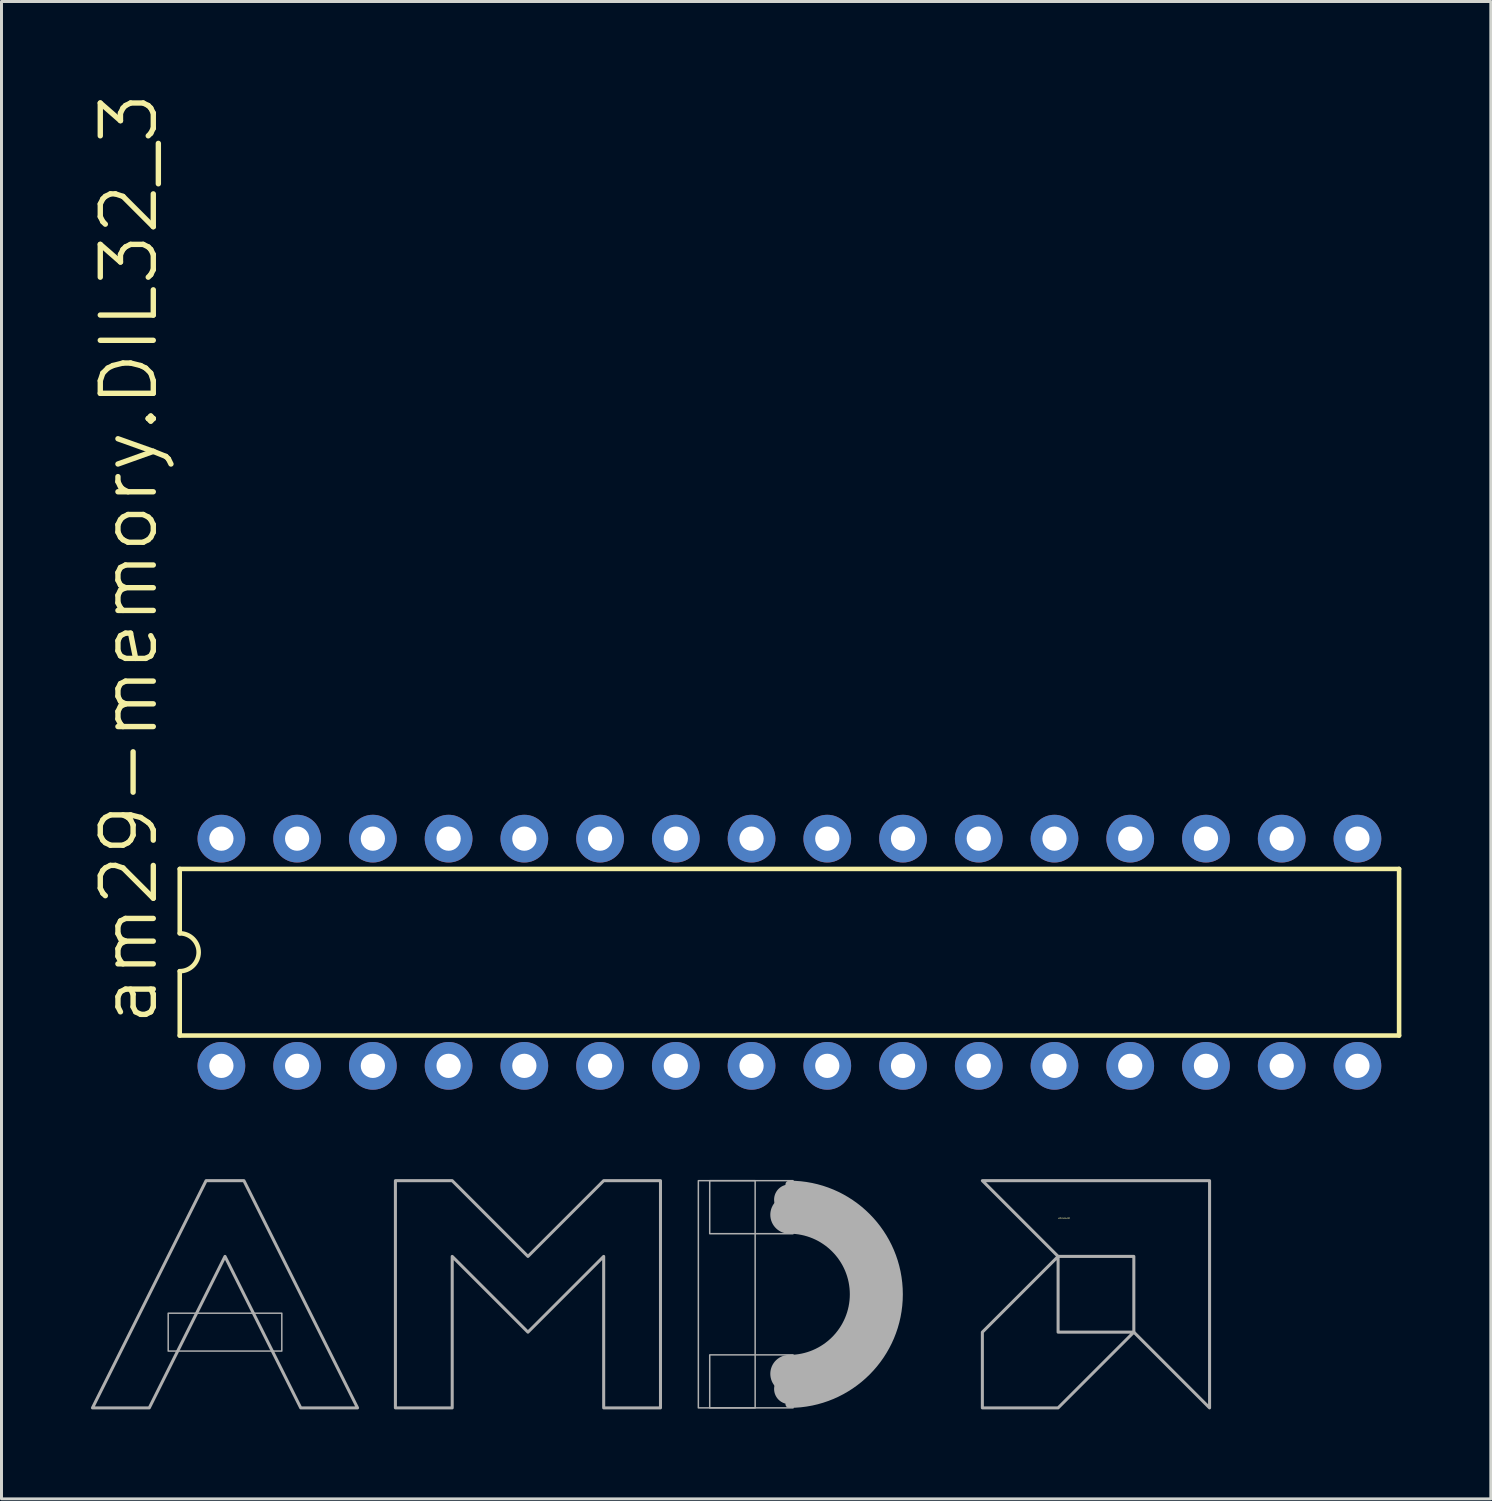
<source format=kicad_pcb>
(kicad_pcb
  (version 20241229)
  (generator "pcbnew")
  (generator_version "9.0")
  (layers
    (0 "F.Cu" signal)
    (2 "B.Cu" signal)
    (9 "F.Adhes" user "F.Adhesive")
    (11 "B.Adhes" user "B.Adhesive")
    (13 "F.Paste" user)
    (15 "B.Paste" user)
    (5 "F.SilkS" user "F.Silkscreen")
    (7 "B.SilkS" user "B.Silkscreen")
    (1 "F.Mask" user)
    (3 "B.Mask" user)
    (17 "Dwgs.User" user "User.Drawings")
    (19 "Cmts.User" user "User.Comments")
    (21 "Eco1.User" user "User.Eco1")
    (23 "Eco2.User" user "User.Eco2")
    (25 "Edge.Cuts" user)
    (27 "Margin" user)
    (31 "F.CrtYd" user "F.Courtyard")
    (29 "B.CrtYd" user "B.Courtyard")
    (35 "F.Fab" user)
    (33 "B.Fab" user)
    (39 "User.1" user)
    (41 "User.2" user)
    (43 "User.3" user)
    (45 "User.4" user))
  (footprint "am29-memory.DIL32_3"
    (layer "F.Cu")
    (at 23.425 28.886)
    (property "Reference" "am29-memory.DIL32_3" (at -21.107 2.54 90) (layer "F.SilkS") (effects (font (size 1.778 1.778) (thickness 0.18)) (justify left bottom)))
    (attr through_hole)
    (fp_line (start -20.447 -2.794) (end -20.447 -0.635) (stroke (width 0.152) (type default)) (layer "F.SilkS"))
    (fp_line (start -20.447 -2.794) (end 20.447 -2.794) (stroke (width 0.152) (type default)) (layer "F.SilkS"))
    (fp_line (start -20.447 0.635) (end -20.447 2.794) (stroke (width 0.152) (type default)) (layer "F.SilkS"))
    (fp_line (start -20.447 2.794) (end 20.447 2.794) (stroke (width 0.152) (type default)) (layer "F.SilkS"))
    (fp_line (start 20.447 -2.794) (end 20.447 2.794) (stroke (width 0.152) (type default)) (layer "F.SilkS"))
    (fp_arc (start -20.447 -0.635) (mid -19.812 0) (end -20.447 0.635) (stroke (width 0.1524) (type default)) (layer "F.SilkS"))
    (pad "1" thru_hole circle (at -19.05 3.81) (size 1.6 1.6) (drill 0.813) (layers "*.Cu" "*.Mask"))
    (pad "2" thru_hole circle (at -16.51 3.81) (size 1.6 1.6) (drill 0.813) (layers "*.Cu" "*.Mask"))
    (pad "3" thru_hole circle (at -13.97 3.81) (size 1.6 1.6) (drill 0.813) (layers "*.Cu" "*.Mask"))
    (pad "4" thru_hole circle (at -11.43 3.81) (size 1.6 1.6) (drill 0.813) (layers "*.Cu" "*.Mask"))
    (pad "5" thru_hole circle (at -8.89 3.81) (size 1.6 1.6) (drill 0.813) (layers "*.Cu" "*.Mask"))
    (pad "6" thru_hole circle (at -6.35 3.81) (size 1.6 1.6) (drill 0.813) (layers "*.Cu" "*.Mask"))
    (pad "7" thru_hole circle (at -3.81 3.81) (size 1.6 1.6) (drill 0.813) (layers "*.Cu" "*.Mask"))
    (pad "8" thru_hole circle (at -1.27 3.81) (size 1.6 1.6) (drill 0.813) (layers "*.Cu" "*.Mask"))
    (pad "9" thru_hole circle (at 1.27 3.81) (size 1.6 1.6) (drill 0.813) (layers "*.Cu" "*.Mask"))
    (pad "10" thru_hole circle (at 3.81 3.81) (size 1.6 1.6) (drill 0.813) (layers "*.Cu" "*.Mask"))
    (pad "11" thru_hole circle (at 6.35 3.81) (size 1.6 1.6) (drill 0.813) (layers "*.Cu" "*.Mask"))
    (pad "12" thru_hole circle (at 8.89 3.81) (size 1.6 1.6) (drill 0.813) (layers "*.Cu" "*.Mask"))
    (pad "13" thru_hole circle (at 11.43 3.81) (size 1.6 1.6) (drill 0.813) (layers "*.Cu" "*.Mask"))
    (pad "14" thru_hole circle (at 13.97 3.81) (size 1.6 1.6) (drill 0.813) (layers "*.Cu" "*.Mask"))
    (pad "15" thru_hole circle (at 16.51 3.81) (size 1.6 1.6) (drill 0.813) (layers "*.Cu" "*.Mask"))
    (pad "16" thru_hole circle (at 19.05 3.81) (size 1.6 1.6) (drill 0.813) (layers "*.Cu" "*.Mask"))
    (pad "17" thru_hole circle (at 19.05 -3.81) (size 1.6 1.6) (drill 0.813) (layers "*.Cu" "*.Mask"))
    (pad "18" thru_hole circle (at 16.51 -3.81) (size 1.6 1.6) (drill 0.813) (layers "*.Cu" "*.Mask"))
    (pad "19" thru_hole circle (at 13.97 -3.81) (size 1.6 1.6) (drill 0.813) (layers "*.Cu" "*.Mask"))
    (pad "20" thru_hole circle (at 11.43 -3.81) (size 1.6 1.6) (drill 0.813) (layers "*.Cu" "*.Mask"))
    (pad "21" thru_hole circle (at 8.89 -3.81) (size 1.6 1.6) (drill 0.813) (layers "*.Cu" "*.Mask"))
    (pad "22" thru_hole circle (at 6.35 -3.81) (size 1.6 1.6) (drill 0.813) (layers "*.Cu" "*.Mask"))
    (pad "23" thru_hole circle (at 3.81 -3.81) (size 1.6 1.6) (drill 0.813) (layers "*.Cu" "*.Mask"))
    (pad "24" thru_hole circle (at 1.27 -3.81) (size 1.6 1.6) (drill 0.813) (layers "*.Cu" "*.Mask"))
    (pad "25" thru_hole circle (at -1.27 -3.81) (size 1.6 1.6) (drill 0.813) (layers "*.Cu" "*.Mask"))
    (pad "26" thru_hole circle (at -3.81 -3.81) (size 1.6 1.6) (drill 0.813) (layers "*.Cu" "*.Mask"))
    (pad "27" thru_hole circle (at -6.35 -3.81) (size 1.6 1.6) (drill 0.813) (layers "*.Cu" "*.Mask"))
    (pad "28" thru_hole circle (at -8.89 -3.81) (size 1.6 1.6) (drill 0.813) (layers "*.Cu" "*.Mask"))
    (pad "29" thru_hole circle (at -11.43 -3.81) (size 1.6 1.6) (drill 0.813) (layers "*.Cu" "*.Mask"))
    (pad "30" thru_hole circle (at -13.97 -3.81) (size 1.6 1.6) (drill 0.813) (layers "*.Cu" "*.Mask"))
    (pad "31" thru_hole circle (at -16.51 -3.81) (size 1.6 1.6) (drill 0.813) (layers "*.Cu" "*.Mask"))
    (pad "32" thru_hole circle (at -19.05 -3.81) (size 1.6 1.6) (drill 0.813) (layers "*.Cu" "*.Mask")))
  (footprint "am29-memory.LOGO"
    (layer "F.Cu")
    (at 33.706 40.357)
    (property "Reference" "am29-memory.LOGO" (at -1.27 -2.54 0) (layer "F.SilkS") (effects (font (size 0.025 0.025)) (justify left bottom)))
    (fp_rect (start -31.115 1.905) (end -27.305 0.635) (stroke (width 0.05) (type default)) (fill no) (layer "F.Fab"))
    (fp_rect (start -13.335 3.81) (end -11.43 -3.81) (stroke (width 0.05) (type default)) (fill no) (layer "F.Fab"))
    (fp_rect (start -12.954 -2.032) (end -10.16 -3.81) (stroke (width 0.05) (type default)) (fill no) (layer "F.Fab"))
    (fp_rect (start -12.954 3.81) (end -10.16 2.032) (stroke (width 0.05) (type default)) (fill no) (layer "F.Fab"))
    (fp_arc (start -10.287 -3.683) (mid -6.604 0) (end -10.287 3.683) (stroke (width 0.254) (type default)) (layer "F.Fab"))
    (fp_arc (start -10.287 -3.175) (mid -7.112 0) (end -10.287 3.175) (stroke (width 1.016) (type default)) (layer "F.Fab"))
    (fp_arc (start -10.287 -2.667) (mid -7.62 0) (end -10.287 2.667) (stroke (width 1.27) (type default)) (layer "F.Fab"))
    (fp_poly (pts (xy -3.81 -3.81) (xy 3.81 -3.81) (xy 3.81 3.81) (xy 1.27 1.27) (xy 1.27 -1.27) (xy -1.27 -1.27)) (stroke (width 0.102) (type default)) (fill no) (layer "F.Fab"))
    (fp_poly (pts (xy -1.27 -1.27) (xy -3.81 1.27) (xy -3.81 3.81) (xy -1.27 3.81) (xy 1.27 1.27) (xy -1.27 1.27)) (stroke (width 0.102) (type default)) (fill no) (layer "F.Fab"))
    (fp_poly (pts (xy -33.655 3.81) (xy -29.845 -3.81) (xy -28.575 -3.81) (xy -24.765 3.81) (xy -26.67 3.81) (xy -29.21 -1.27) (xy -31.75 3.81)) (stroke (width 0.102) (type default)) (fill no) (layer "F.Fab"))
    (fp_poly (pts (xy -23.495 3.81) (xy -23.495 -3.81) (xy -21.59 -3.81) (xy -19.05 -1.27) (xy -16.51 -3.81) (xy -14.605 -3.81) (xy -14.605 3.81) (xy -16.51 3.81) (xy -16.51 -1.27) (xy -19.05 1.27) (xy -21.59 -1.27) (xy -21.59 3.81)) (stroke (width 0.102) (type default)) (fill no) (layer "F.Fab")))
  (gr_rect
    (start -3 -3)
    (end 46.949 47.218)
    (stroke (width 0.1) (type default))
    (fill no)
    (layer "Edge.Cuts")))
</source>
